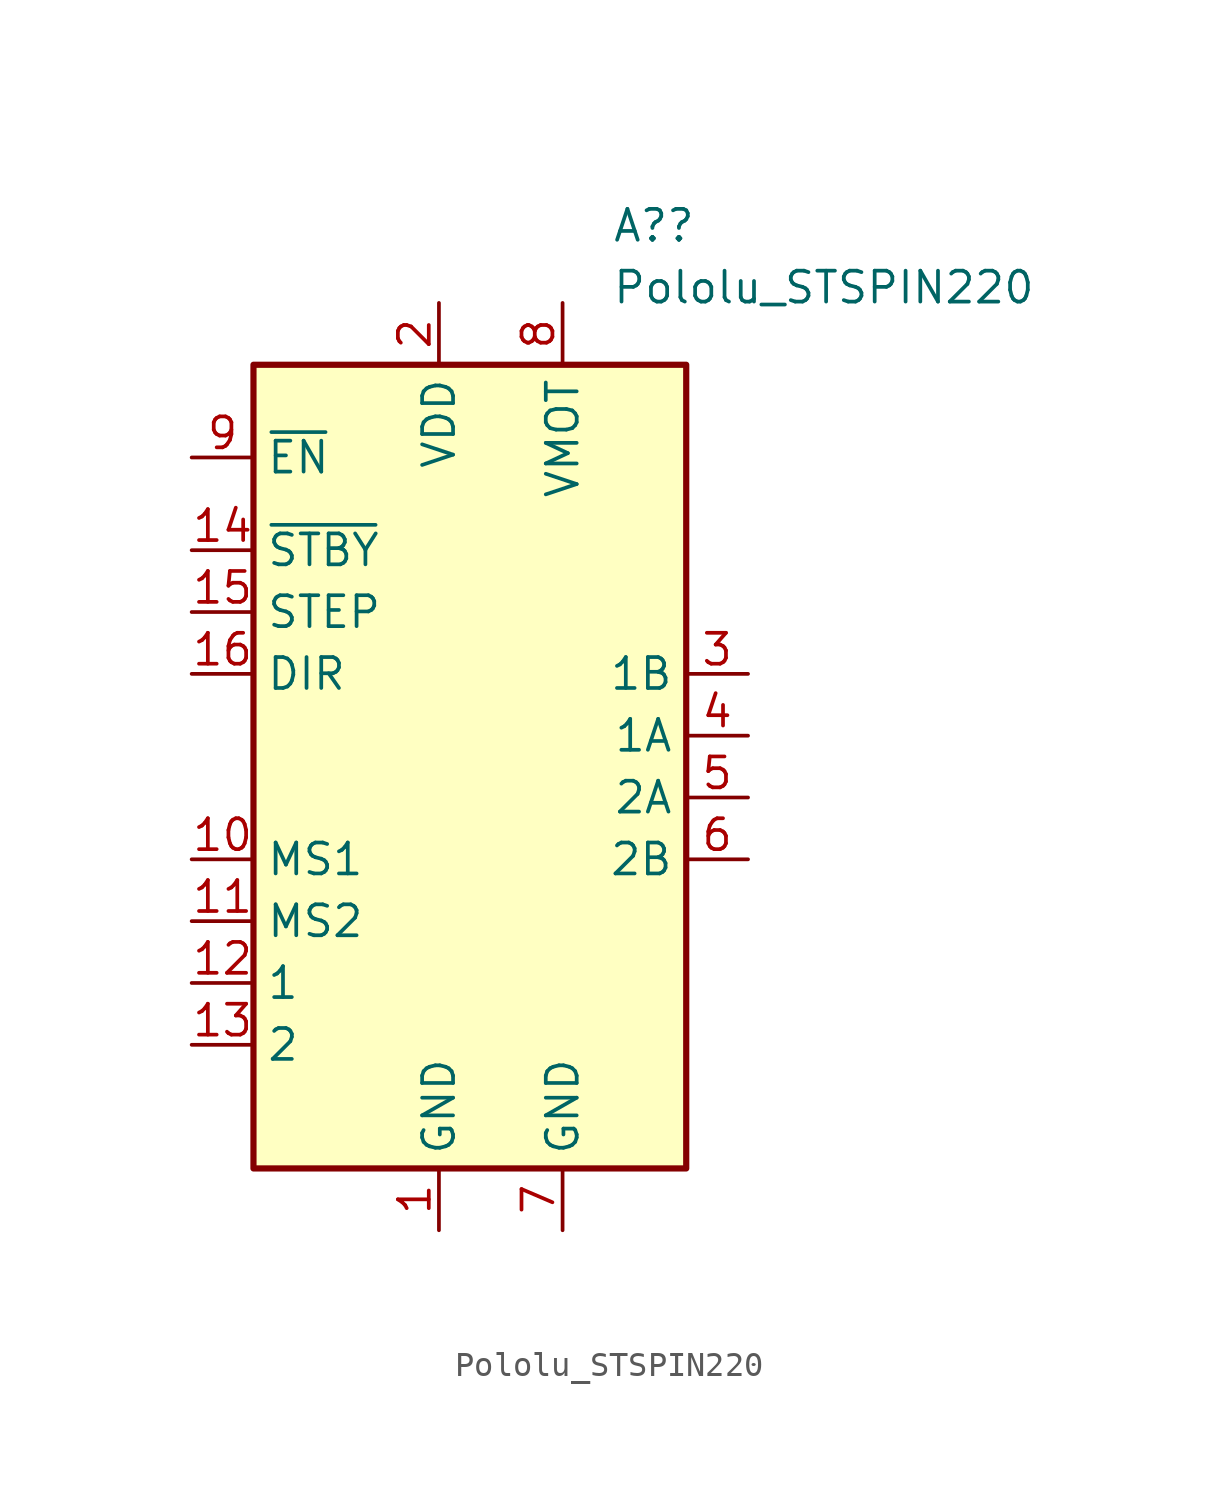
<source format=kicad_sym>
(kicad_symbol_lib
  (version 20211014)
  (generator kicad_symbol_editor)
  (symbol "Pololu_STSPIN220"
    (property "Reference" "A?"
      (at 7.099 20.955 0)
      (effects (font (size 1.27 1.27)) (justify left)))
    (property "Value" "Pololu_STSPIN220"
      (at 7.099 18.415 0)
      (effects (font (size 1.27 1.27)) (justify left)))
    (symbol "Pololu_STSPIN220_0_1"
      (rectangle (start 10.16 -17.78) (end -7.62 15.24) (stroke (width 0.254) (type default) (color 0 0 0 0)) (fill (type background))))
    (symbol "Pololu_STSPIN220_1_1"
      (pin power_in line (at 0 -20.32 90) (length 2.54) (name "GND" (effects (font (size 1.27 1.27)))) (number "1" (effects (font (size 1.27 1.27)))))
      (pin input line (at -10.16 -5.08 0) (length 2.54) (name "MS1" (effects (font (size 1.27 1.27)))) (number "10" (effects (font (size 1.27 1.27)))))
      (pin input line (at -10.16 -7.62 0) (length 2.54) (name "MS2" (effects (font (size 1.27 1.27)))) (number "11" (effects (font (size 1.27 1.27)))))
      (pin input line (at -10.16 -10.16 0) (length 2.54) (name "1" (effects (font (size 1.27 1.27)))) (number "12" (effects (font (size 1.27 1.27)))))
      (pin input line (at -10.16 -12.7 0) (length 2.54) (name "2" (effects (font (size 1.27 1.27)))) (number "13" (effects (font (size 1.27 1.27)))))
      (pin input line (at -10.16 7.62 0) (length 2.54) (name "~{STBY}" (effects (font (size 1.27 1.27)))) (number "14" (effects (font (size 1.27 1.27)))))
      (pin input line (at -10.16 5.08 0) (length 2.54) (name "STEP" (effects (font (size 1.27 1.27)))) (number "15" (effects (font (size 1.27 1.27)))))
      (pin input line (at -10.16 2.54 0) (length 2.54) (name "DIR" (effects (font (size 1.27 1.27)))) (number "16" (effects (font (size 1.27 1.27)))))
      (pin power_in line (at 0 17.78 270) (length 2.54) (name "VDD" (effects (font (size 1.27 1.27)))) (number "2" (effects (font (size 1.27 1.27)))))
      (pin output line (at 12.7 2.54 180) (length 2.54) (name "1B" (effects (font (size 1.27 1.27)))) (number "3" (effects (font (size 1.27 1.27)))))
      (pin output line (at 12.7 0 180) (length 2.54) (name "1A" (effects (font (size 1.27 1.27)))) (number "4" (effects (font (size 1.27 1.27)))))
      (pin output line (at 12.7 -2.54 180) (length 2.54) (name "2A" (effects (font (size 1.27 1.27)))) (number "5" (effects (font (size 1.27 1.27)))))
      (pin output line (at 12.7 -5.08 180) (length 2.54) (name "2B" (effects (font (size 1.27 1.27)))) (number "6" (effects (font (size 1.27 1.27)))))
      (pin power_in line (at 5.08 -20.32 90) (length 2.54) (name "GND" (effects (font (size 1.27 1.27)))) (number "7" (effects (font (size 1.27 1.27)))))
      (pin power_in line (at 5.08 17.78 270) (length 2.54) (name "VMOT" (effects (font (size 1.27 1.27)))) (number "8" (effects (font (size 1.27 1.27)))))
      (pin input line (at -10.16 11.43 0) (length 2.54) (name "~{EN}" (effects (font (size 1.27 1.27)))) (number "9" (effects (font (size 1.27 1.27))))))))
</source>
